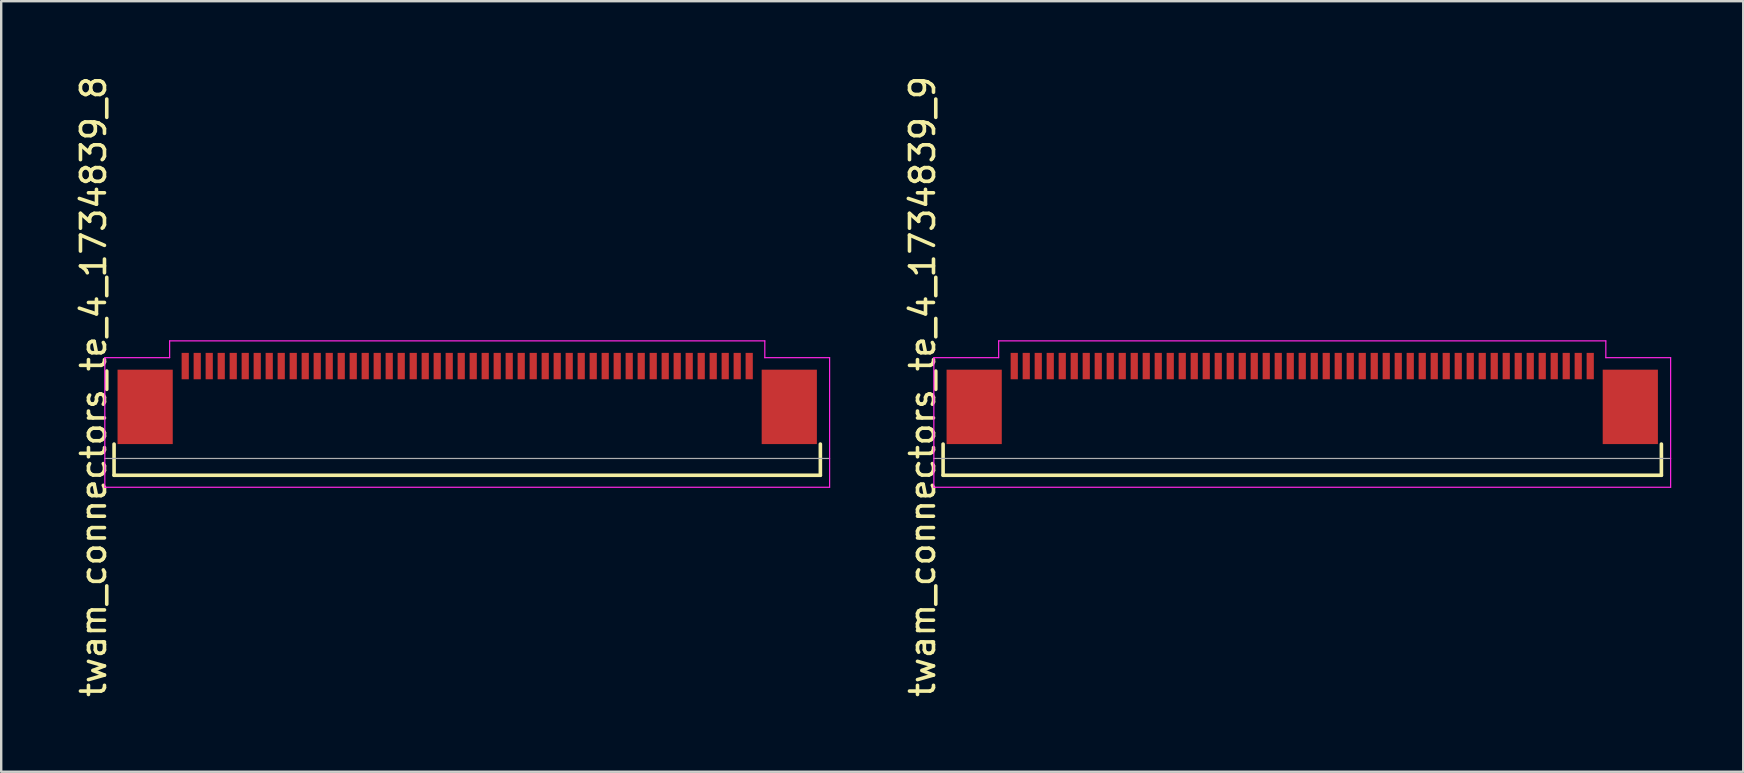
<source format=kicad_pcb>
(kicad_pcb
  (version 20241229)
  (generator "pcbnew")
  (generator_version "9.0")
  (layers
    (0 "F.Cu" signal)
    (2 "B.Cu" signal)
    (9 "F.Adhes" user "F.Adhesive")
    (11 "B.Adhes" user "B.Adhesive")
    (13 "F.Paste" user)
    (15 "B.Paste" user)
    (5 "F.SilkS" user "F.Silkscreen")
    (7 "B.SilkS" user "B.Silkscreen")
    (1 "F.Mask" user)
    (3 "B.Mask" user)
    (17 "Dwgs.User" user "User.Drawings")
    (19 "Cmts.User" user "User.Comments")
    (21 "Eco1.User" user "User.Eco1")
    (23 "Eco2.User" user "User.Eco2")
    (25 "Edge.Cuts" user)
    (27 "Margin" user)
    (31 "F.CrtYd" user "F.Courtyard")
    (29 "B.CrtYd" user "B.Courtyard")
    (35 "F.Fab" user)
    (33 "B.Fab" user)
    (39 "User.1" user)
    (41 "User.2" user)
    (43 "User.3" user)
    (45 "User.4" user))
  (footprint "twam_connectors_te_4_1734839_8"
    (layer "F.Cu")
    (at 16.418 13.054)
    (property "Reference" "twam_connectors_te_4_1734839_8" (at -15.57 0 270) (layer "F.SilkS") (effects (font (size 1 1) (thickness 0.15))))
    (attr smd)
    (fp_line (start -14.715 2.4) (end -14.715 3.7) (stroke (width 0.15) (type solid)) (layer "F.SilkS"))
    (fp_line (start -14.715 3.7) (end 14.715 3.7) (stroke (width 0.15) (type solid)) (layer "F.SilkS"))
    (fp_line (start 14.715 2.4) (end 14.715 3.7) (stroke (width 0.15) (type solid)) (layer "F.SilkS"))
    (fp_line (start -15.1 -1.2) (end -15.1 4.2) (stroke (width 0.05) (type solid)) (layer "F.CrtYd"))
    (fp_line (start -15.1 -1.2) (end -12.4 -1.2) (stroke (width 0.05) (type solid)) (layer "F.CrtYd"))
    (fp_line (start -15.1 4.2) (end 15.1 4.2) (stroke (width 0.05) (type solid)) (layer "F.CrtYd"))
    (fp_line (start -12.4 -1.9) (end -12.4 -1.2) (stroke (width 0.05) (type solid)) (layer "F.CrtYd"))
    (fp_line (start -12.4 -1.9) (end 12.4 -1.9) (stroke (width 0.05) (type solid)) (layer "F.CrtYd"))
    (fp_line (start 12.4 -1.9) (end 12.4 -1.2) (stroke (width 0.05) (type solid)) (layer "F.CrtYd"))
    (fp_line (start 12.4 -1.2) (end 15.1 -1.2) (stroke (width 0.05) (type solid)) (layer "F.CrtYd"))
    (fp_line (start 15.1 -1.2) (end 15.1 4.2) (stroke (width 0.05) (type solid)) (layer "F.CrtYd"))
    (fp_line (start -15.1 3) (end 15.1 3) (stroke (width 0.05) (type solid)) (layer "F.Fab"))
    (pad "1" smd rect (at 11.75 -0.85) (size 0.3 1.1) (layers "F.Cu" "F.Mask" "F.Paste"))
    (pad "2" smd rect (at 11.25 -0.85) (size 0.3 1.1) (layers "F.Cu" "F.Mask" "F.Paste"))
    (pad "3" smd rect (at 10.75 -0.85) (size 0.3 1.1) (layers "F.Cu" "F.Mask" "F.Paste"))
    (pad "4" smd rect (at 10.25 -0.85) (size 0.3 1.1) (layers "F.Cu" "F.Mask" "F.Paste"))
    (pad "5" smd rect (at 9.75 -0.85) (size 0.3 1.1) (layers "F.Cu" "F.Mask" "F.Paste"))
    (pad "6" smd rect (at 9.25 -0.85) (size 0.3 1.1) (layers "F.Cu" "F.Mask" "F.Paste"))
    (pad "7" smd rect (at 8.75 -0.85) (size 0.3 1.1) (layers "F.Cu" "F.Mask" "F.Paste"))
    (pad "8" smd rect (at 8.25 -0.85) (size 0.3 1.1) (layers "F.Cu" "F.Mask" "F.Paste"))
    (pad "9" smd rect (at 7.75 -0.85) (size 0.3 1.1) (layers "F.Cu" "F.Mask" "F.Paste"))
    (pad "10" smd rect (at 7.25 -0.85) (size 0.3 1.1) (layers "F.Cu" "F.Mask" "F.Paste"))
    (pad "11" smd rect (at 6.75 -0.85) (size 0.3 1.1) (layers "F.Cu" "F.Mask" "F.Paste"))
    (pad "12" smd rect (at 6.25 -0.85) (size 0.3 1.1) (layers "F.Cu" "F.Mask" "F.Paste"))
    (pad "13" smd rect (at 5.75 -0.85) (size 0.3 1.1) (layers "F.Cu" "F.Mask" "F.Paste"))
    (pad "14" smd rect (at 5.25 -0.85) (size 0.3 1.1) (layers "F.Cu" "F.Mask" "F.Paste"))
    (pad "15" smd rect (at 4.75 -0.85) (size 0.3 1.1) (layers "F.Cu" "F.Mask" "F.Paste"))
    (pad "16" smd rect (at 4.25 -0.85) (size 0.3 1.1) (layers "F.Cu" "F.Mask" "F.Paste"))
    (pad "17" smd rect (at 3.75 -0.85) (size 0.3 1.1) (layers "F.Cu" "F.Mask" "F.Paste"))
    (pad "18" smd rect (at 3.25 -0.85) (size 0.3 1.1) (layers "F.Cu" "F.Mask" "F.Paste"))
    (pad "19" smd rect (at 2.75 -0.85) (size 0.3 1.1) (layers "F.Cu" "F.Mask" "F.Paste"))
    (pad "20" smd rect (at 2.25 -0.85) (size 0.3 1.1) (layers "F.Cu" "F.Mask" "F.Paste"))
    (pad "21" smd rect (at 1.75 -0.85) (size 0.3 1.1) (layers "F.Cu" "F.Mask" "F.Paste"))
    (pad "22" smd rect (at 1.25 -0.85) (size 0.3 1.1) (layers "F.Cu" "F.Mask" "F.Paste"))
    (pad "23" smd rect (at 0.75 -0.85) (size 0.3 1.1) (layers "F.Cu" "F.Mask" "F.Paste"))
    (pad "24" smd rect (at 0.25 -0.85) (size 0.3 1.1) (layers "F.Cu" "F.Mask" "F.Paste"))
    (pad "25" smd rect (at -0.25 -0.85) (size 0.3 1.1) (layers "F.Cu" "F.Mask" "F.Paste"))
    (pad "26" smd rect (at -0.75 -0.85) (size 0.3 1.1) (layers "F.Cu" "F.Mask" "F.Paste"))
    (pad "27" smd rect (at -1.25 -0.85) (size 0.3 1.1) (layers "F.Cu" "F.Mask" "F.Paste"))
    (pad "28" smd rect (at -1.75 -0.85) (size 0.3 1.1) (layers "F.Cu" "F.Mask" "F.Paste"))
    (pad "29" smd rect (at -2.25 -0.85) (size 0.3 1.1) (layers "F.Cu" "F.Mask" "F.Paste"))
    (pad "30" smd rect (at -2.75 -0.85) (size 0.3 1.1) (layers "F.Cu" "F.Mask" "F.Paste"))
    (pad "31" smd rect (at -3.25 -0.85) (size 0.3 1.1) (layers "F.Cu" "F.Mask" "F.Paste"))
    (pad "32" smd rect (at -3.75 -0.85) (size 0.3 1.1) (layers "F.Cu" "F.Mask" "F.Paste"))
    (pad "33" smd rect (at -4.25 -0.85) (size 0.3 1.1) (layers "F.Cu" "F.Mask" "F.Paste"))
    (pad "34" smd rect (at -4.75 -0.85) (size 0.3 1.1) (layers "F.Cu" "F.Mask" "F.Paste"))
    (pad "35" smd rect (at -5.25 -0.85) (size 0.3 1.1) (layers "F.Cu" "F.Mask" "F.Paste"))
    (pad "36" smd rect (at -5.75 -0.85) (size 0.3 1.1) (layers "F.Cu" "F.Mask" "F.Paste"))
    (pad "37" smd rect (at -6.25 -0.85) (size 0.3 1.1) (layers "F.Cu" "F.Mask" "F.Paste"))
    (pad "38" smd rect (at -6.75 -0.85) (size 0.3 1.1) (layers "F.Cu" "F.Mask" "F.Paste"))
    (pad "39" smd rect (at -7.25 -0.85) (size 0.3 1.1) (layers "F.Cu" "F.Mask" "F.Paste"))
    (pad "40" smd rect (at -7.75 -0.85) (size 0.3 1.1) (layers "F.Cu" "F.Mask" "F.Paste"))
    (pad "41" smd rect (at -8.25 -0.85) (size 0.3 1.1) (layers "F.Cu" "F.Mask" "F.Paste"))
    (pad "42" smd rect (at -8.75 -0.85) (size 0.3 1.1) (layers "F.Cu" "F.Mask" "F.Paste"))
    (pad "43" smd rect (at -9.25 -0.85) (size 0.3 1.1) (layers "F.Cu" "F.Mask" "F.Paste"))
    (pad "44" smd rect (at -9.75 -0.85) (size 0.3 1.1) (layers "F.Cu" "F.Mask" "F.Paste"))
    (pad "45" smd rect (at -10.25 -0.85) (size 0.3 1.1) (layers "F.Cu" "F.Mask" "F.Paste"))
    (pad "46" smd rect (at -10.75 -0.85) (size 0.3 1.1) (layers "F.Cu" "F.Mask" "F.Paste"))
    (pad "47" smd rect (at -11.25 -0.85) (size 0.3 1.1) (layers "F.Cu" "F.Mask" "F.Paste"))
    (pad "48" smd rect (at -11.75 -0.85) (size 0.3 1.1) (layers "F.Cu" "F.Mask" "F.Paste"))
    (pad "F1" smd rect (at -13.42 0.85) (size 2.3 3.1) (layers "F.Cu" "F.Mask" "F.Paste"))
    (pad "F2" smd rect (at 13.42 0.85) (size 2.3 3.1) (layers "F.Cu" "F.Mask" "F.Paste")))
  (footprint "twam_connectors_te_4_1734839_9"
    (layer "F.Cu")
    (at 51.212 13.054)
    (property "Reference" "twam_connectors_te_4_1734839_9" (at -15.82 0 270) (layer "F.SilkS") (effects (font (size 1 1) (thickness 0.15))))
    (attr smd)
    (fp_line (start -14.965 2.4) (end -14.965 3.7) (stroke (width 0.15) (type solid)) (layer "F.SilkS"))
    (fp_line (start -14.965 3.7) (end 14.965 3.7) (stroke (width 0.15) (type solid)) (layer "F.SilkS"))
    (fp_line (start 14.965 2.4) (end 14.965 3.7) (stroke (width 0.15) (type solid)) (layer "F.SilkS"))
    (fp_line (start -15.35 -1.2) (end -15.35 4.2) (stroke (width 0.05) (type solid)) (layer "F.CrtYd"))
    (fp_line (start -15.35 -1.2) (end -12.65 -1.2) (stroke (width 0.05) (type solid)) (layer "F.CrtYd"))
    (fp_line (start -15.35 4.2) (end 15.35 4.2) (stroke (width 0.05) (type solid)) (layer "F.CrtYd"))
    (fp_line (start -12.65 -1.9) (end -12.65 -1.2) (stroke (width 0.05) (type solid)) (layer "F.CrtYd"))
    (fp_line (start -12.65 -1.9) (end 12.65 -1.9) (stroke (width 0.05) (type solid)) (layer "F.CrtYd"))
    (fp_line (start 12.65 -1.9) (end 12.65 -1.2) (stroke (width 0.05) (type solid)) (layer "F.CrtYd"))
    (fp_line (start 12.65 -1.2) (end 15.35 -1.2) (stroke (width 0.05) (type solid)) (layer "F.CrtYd"))
    (fp_line (start 15.35 -1.2) (end 15.35 4.2) (stroke (width 0.05) (type solid)) (layer "F.CrtYd"))
    (fp_line (start -15.35 3) (end 15.35 3) (stroke (width 0.05) (type solid)) (layer "F.Fab"))
    (pad "1" smd rect (at 12 -0.85) (size 0.3 1.1) (layers "F.Cu" "F.Mask" "F.Paste"))
    (pad "2" smd rect (at 11.5 -0.85) (size 0.3 1.1) (layers "F.Cu" "F.Mask" "F.Paste"))
    (pad "3" smd rect (at 11 -0.85) (size 0.3 1.1) (layers "F.Cu" "F.Mask" "F.Paste"))
    (pad "4" smd rect (at 10.5 -0.85) (size 0.3 1.1) (layers "F.Cu" "F.Mask" "F.Paste"))
    (pad "5" smd rect (at 10 -0.85) (size 0.3 1.1) (layers "F.Cu" "F.Mask" "F.Paste"))
    (pad "6" smd rect (at 9.5 -0.85) (size 0.3 1.1) (layers "F.Cu" "F.Mask" "F.Paste"))
    (pad "7" smd rect (at 9 -0.85) (size 0.3 1.1) (layers "F.Cu" "F.Mask" "F.Paste"))
    (pad "8" smd rect (at 8.5 -0.85) (size 0.3 1.1) (layers "F.Cu" "F.Mask" "F.Paste"))
    (pad "9" smd rect (at 8 -0.85) (size 0.3 1.1) (layers "F.Cu" "F.Mask" "F.Paste"))
    (pad "10" smd rect (at 7.5 -0.85) (size 0.3 1.1) (layers "F.Cu" "F.Mask" "F.Paste"))
    (pad "11" smd rect (at 7 -0.85) (size 0.3 1.1) (layers "F.Cu" "F.Mask" "F.Paste"))
    (pad "12" smd rect (at 6.5 -0.85) (size 0.3 1.1) (layers "F.Cu" "F.Mask" "F.Paste"))
    (pad "13" smd rect (at 6 -0.85) (size 0.3 1.1) (layers "F.Cu" "F.Mask" "F.Paste"))
    (pad "14" smd rect (at 5.5 -0.85) (size 0.3 1.1) (layers "F.Cu" "F.Mask" "F.Paste"))
    (pad "15" smd rect (at 5 -0.85) (size 0.3 1.1) (layers "F.Cu" "F.Mask" "F.Paste"))
    (pad "16" smd rect (at 4.5 -0.85) (size 0.3 1.1) (layers "F.Cu" "F.Mask" "F.Paste"))
    (pad "17" smd rect (at 4 -0.85) (size 0.3 1.1) (layers "F.Cu" "F.Mask" "F.Paste"))
    (pad "18" smd rect (at 3.5 -0.85) (size 0.3 1.1) (layers "F.Cu" "F.Mask" "F.Paste"))
    (pad "19" smd rect (at 3 -0.85) (size 0.3 1.1) (layers "F.Cu" "F.Mask" "F.Paste"))
    (pad "20" smd rect (at 2.5 -0.85) (size 0.3 1.1) (layers "F.Cu" "F.Mask" "F.Paste"))
    (pad "21" smd rect (at 2 -0.85) (size 0.3 1.1) (layers "F.Cu" "F.Mask" "F.Paste"))
    (pad "22" smd rect (at 1.5 -0.85) (size 0.3 1.1) (layers "F.Cu" "F.Mask" "F.Paste"))
    (pad "23" smd rect (at 1 -0.85) (size 0.3 1.1) (layers "F.Cu" "F.Mask" "F.Paste"))
    (pad "24" smd rect (at 0.5 -0.85) (size 0.3 1.1) (layers "F.Cu" "F.Mask" "F.Paste"))
    (pad "25" smd rect (at 0 -0.85) (size 0.3 1.1) (layers "F.Cu" "F.Mask" "F.Paste"))
    (pad "26" smd rect (at -0.5 -0.85) (size 0.3 1.1) (layers "F.Cu" "F.Mask" "F.Paste"))
    (pad "27" smd rect (at -1 -0.85) (size 0.3 1.1) (layers "F.Cu" "F.Mask" "F.Paste"))
    (pad "28" smd rect (at -1.5 -0.85) (size 0.3 1.1) (layers "F.Cu" "F.Mask" "F.Paste"))
    (pad "29" smd rect (at -2 -0.85) (size 0.3 1.1) (layers "F.Cu" "F.Mask" "F.Paste"))
    (pad "30" smd rect (at -2.5 -0.85) (size 0.3 1.1) (layers "F.Cu" "F.Mask" "F.Paste"))
    (pad "31" smd rect (at -3 -0.85) (size 0.3 1.1) (layers "F.Cu" "F.Mask" "F.Paste"))
    (pad "32" smd rect (at -3.5 -0.85) (size 0.3 1.1) (layers "F.Cu" "F.Mask" "F.Paste"))
    (pad "33" smd rect (at -4 -0.85) (size 0.3 1.1) (layers "F.Cu" "F.Mask" "F.Paste"))
    (pad "34" smd rect (at -4.5 -0.85) (size 0.3 1.1) (layers "F.Cu" "F.Mask" "F.Paste"))
    (pad "35" smd rect (at -5 -0.85) (size 0.3 1.1) (layers "F.Cu" "F.Mask" "F.Paste"))
    (pad "36" smd rect (at -5.5 -0.85) (size 0.3 1.1) (layers "F.Cu" "F.Mask" "F.Paste"))
    (pad "37" smd rect (at -6 -0.85) (size 0.3 1.1) (layers "F.Cu" "F.Mask" "F.Paste"))
    (pad "38" smd rect (at -6.5 -0.85) (size 0.3 1.1) (layers "F.Cu" "F.Mask" "F.Paste"))
    (pad "39" smd rect (at -7 -0.85) (size 0.3 1.1) (layers "F.Cu" "F.Mask" "F.Paste"))
    (pad "40" smd rect (at -7.5 -0.85) (size 0.3 1.1) (layers "F.Cu" "F.Mask" "F.Paste"))
    (pad "41" smd rect (at -8 -0.85) (size 0.3 1.1) (layers "F.Cu" "F.Mask" "F.Paste"))
    (pad "42" smd rect (at -8.5 -0.85) (size 0.3 1.1) (layers "F.Cu" "F.Mask" "F.Paste"))
    (pad "43" smd rect (at -9 -0.85) (size 0.3 1.1) (layers "F.Cu" "F.Mask" "F.Paste"))
    (pad "44" smd rect (at -9.5 -0.85) (size 0.3 1.1) (layers "F.Cu" "F.Mask" "F.Paste"))
    (pad "45" smd rect (at -10 -0.85) (size 0.3 1.1) (layers "F.Cu" "F.Mask" "F.Paste"))
    (pad "46" smd rect (at -10.5 -0.85) (size 0.3 1.1) (layers "F.Cu" "F.Mask" "F.Paste"))
    (pad "47" smd rect (at -11 -0.85) (size 0.3 1.1) (layers "F.Cu" "F.Mask" "F.Paste"))
    (pad "48" smd rect (at -11.5 -0.85) (size 0.3 1.1) (layers "F.Cu" "F.Mask" "F.Paste"))
    (pad "49" smd rect (at -12 -0.85) (size 0.3 1.1) (layers "F.Cu" "F.Mask" "F.Paste"))
    (pad "F1" smd rect (at -13.67 0.85) (size 2.3 3.1) (layers "F.Cu" "F.Mask" "F.Paste"))
    (pad "F2" smd rect (at 13.67 0.85) (size 2.3 3.1) (layers "F.Cu" "F.Mask" "F.Paste")))
  (gr_rect
    (start -3 -3)
    (end 69.587 29.107)
    (stroke (width 0.1) (type default))
    (fill no)
    (layer "Edge.Cuts")))
</source>
